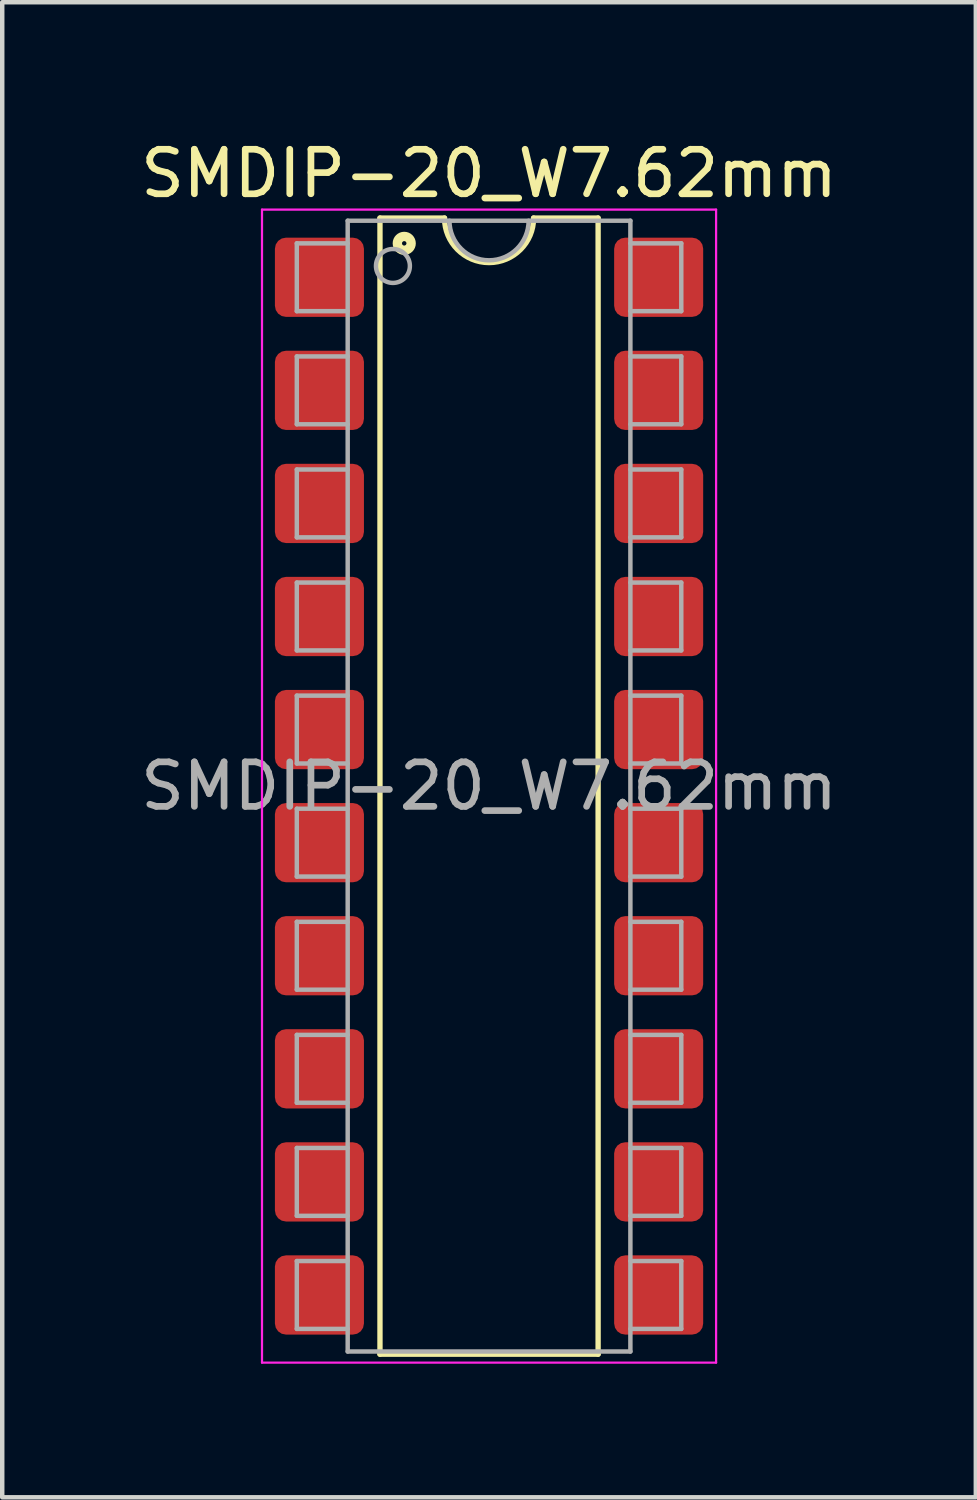
<source format=kicad_pcb>
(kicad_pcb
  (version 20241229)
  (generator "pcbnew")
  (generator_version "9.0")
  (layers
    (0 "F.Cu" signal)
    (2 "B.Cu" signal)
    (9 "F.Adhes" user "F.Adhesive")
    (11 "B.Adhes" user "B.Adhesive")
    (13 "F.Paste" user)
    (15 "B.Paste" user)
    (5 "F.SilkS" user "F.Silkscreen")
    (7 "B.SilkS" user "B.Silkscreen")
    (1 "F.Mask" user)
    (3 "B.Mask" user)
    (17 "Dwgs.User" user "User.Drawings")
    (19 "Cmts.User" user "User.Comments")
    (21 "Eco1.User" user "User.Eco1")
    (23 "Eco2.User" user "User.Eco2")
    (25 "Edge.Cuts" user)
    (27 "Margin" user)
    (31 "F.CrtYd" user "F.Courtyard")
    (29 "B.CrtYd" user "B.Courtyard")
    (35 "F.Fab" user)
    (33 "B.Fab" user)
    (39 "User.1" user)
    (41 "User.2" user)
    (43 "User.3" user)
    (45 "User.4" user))
  (footprint "SMDIP-20_W7.62mm"
    (layer "F.Cu")
    (at 7.935 14.608)
    (property "Reference" "SMDIP-20_W7.62mm" (at 0 -13.76 0) (layer "F.SilkS") (effects (font (size 1 1) (thickness 0.15))))
    (attr smd)
    (fp_line (start -2.45 -12.76) (end -2.45 12.76) (stroke (width 0.12) (type solid)) (layer "F.SilkS"))
    (fp_line (start -2.45 12.76) (end 2.45 12.76) (stroke (width 0.12) (type solid)) (layer "F.SilkS"))
    (fp_line (start -1 -12.76) (end -2.45 -12.76) (stroke (width 0.12) (type solid)) (layer "F.SilkS"))
    (fp_line (start 2.45 -12.76) (end 1 -12.76) (stroke (width 0.12) (type solid)) (layer "F.SilkS"))
    (fp_line (start 2.45 12.76) (end 2.45 -12.76) (stroke (width 0.12) (type solid)) (layer "F.SilkS"))
    (fp_arc (start 1 -12.76) (mid 0 -11.76) (end -1 -12.76) (stroke (width 0.12) (type solid)) (layer "F.SilkS"))
    (fp_circle (center -1.905 -12.192) (end -1.855 -12.192) (stroke (width 0.12) (type solid)) (fill no) (layer "F.SilkS"))
    (fp_circle (center -1.905 -12.192) (end -1.78 -12.192) (stroke (width 0.12) (type solid)) (fill no) (layer "F.SilkS"))
    (fp_circle (center -1.905 -12.192) (end -1.705 -12.192) (stroke (width 0.12) (type solid)) (fill no) (layer "F.SilkS"))
    (fp_line (start -5.1 -12.95) (end -5.1 12.95) (stroke (width 0.05) (type solid)) (layer "F.CrtYd"))
    (fp_line (start -5.1 12.95) (end 5.1 12.95) (stroke (width 0.05) (type solid)) (layer "F.CrtYd"))
    (fp_line (start 5.1 -12.95) (end -5.1 -12.95) (stroke (width 0.05) (type solid)) (layer "F.CrtYd"))
    (fp_line (start 5.1 12.95) (end 5.1 -12.95) (stroke (width 0.05) (type solid)) (layer "F.CrtYd"))
    (fp_line (start -4.318 -12.192) (end -4.318 -10.668) (stroke (width 0.1) (type solid)) (layer "F.Fab"))
    (fp_line (start -4.318 -12.192) (end -3.175 -12.192) (stroke (width 0.1) (type solid)) (layer "F.Fab"))
    (fp_line (start -4.318 -10.668) (end -3.175 -10.668) (stroke (width 0.1) (type solid)) (layer "F.Fab"))
    (fp_line (start -4.318 -9.652) (end -4.318 -8.128) (stroke (width 0.1) (type solid)) (layer "F.Fab"))
    (fp_line (start -4.318 -9.652) (end -3.175 -9.652) (stroke (width 0.1) (type solid)) (layer "F.Fab"))
    (fp_line (start -4.318 -8.128) (end -3.175 -8.128) (stroke (width 0.1) (type solid)) (layer "F.Fab"))
    (fp_line (start -4.318 -7.112) (end -4.318 -5.588) (stroke (width 0.1) (type solid)) (layer "F.Fab"))
    (fp_line (start -4.318 -7.112) (end -3.175 -7.112) (stroke (width 0.1) (type solid)) (layer "F.Fab"))
    (fp_line (start -4.318 -5.588) (end -3.175 -5.588) (stroke (width 0.1) (type solid)) (layer "F.Fab"))
    (fp_line (start -4.318 -4.572) (end -4.318 -3.048) (stroke (width 0.1) (type solid)) (layer "F.Fab"))
    (fp_line (start -4.318 -4.572) (end -3.175 -4.572) (stroke (width 0.1) (type solid)) (layer "F.Fab"))
    (fp_line (start -4.318 -3.048) (end -3.175 -3.048) (stroke (width 0.1) (type solid)) (layer "F.Fab"))
    (fp_line (start -4.318 -2.032) (end -4.318 -0.508) (stroke (width 0.1) (type solid)) (layer "F.Fab"))
    (fp_line (start -4.318 -2.032) (end -3.175 -2.032) (stroke (width 0.1) (type solid)) (layer "F.Fab"))
    (fp_line (start -4.318 -0.508) (end -3.175 -0.508) (stroke (width 0.1) (type solid)) (layer "F.Fab"))
    (fp_line (start -4.318 0.508) (end -4.318 2.032) (stroke (width 0.1) (type solid)) (layer "F.Fab"))
    (fp_line (start -4.318 0.508) (end -3.175 0.508) (stroke (width 0.1) (type solid)) (layer "F.Fab"))
    (fp_line (start -4.318 2.032) (end -3.175 2.032) (stroke (width 0.1) (type solid)) (layer "F.Fab"))
    (fp_line (start -4.318 3.048) (end -4.318 4.572) (stroke (width 0.1) (type solid)) (layer "F.Fab"))
    (fp_line (start -4.318 3.048) (end -3.175 3.048) (stroke (width 0.1) (type solid)) (layer "F.Fab"))
    (fp_line (start -4.318 4.572) (end -3.175 4.572) (stroke (width 0.1) (type solid)) (layer "F.Fab"))
    (fp_line (start -4.318 5.588) (end -4.318 7.112) (stroke (width 0.1) (type solid)) (layer "F.Fab"))
    (fp_line (start -4.318 5.588) (end -3.175 5.588) (stroke (width 0.1) (type solid)) (layer "F.Fab"))
    (fp_line (start -4.318 7.112) (end -3.175 7.112) (stroke (width 0.1) (type solid)) (layer "F.Fab"))
    (fp_line (start -4.318 8.128) (end -4.318 9.652) (stroke (width 0.1) (type solid)) (layer "F.Fab"))
    (fp_line (start -4.318 8.128) (end -3.175 8.128) (stroke (width 0.1) (type solid)) (layer "F.Fab"))
    (fp_line (start -4.318 9.652) (end -3.175 9.652) (stroke (width 0.1) (type solid)) (layer "F.Fab"))
    (fp_line (start -4.318 10.668) (end -4.318 12.192) (stroke (width 0.1) (type solid)) (layer "F.Fab"))
    (fp_line (start -4.318 10.668) (end -3.175 10.668) (stroke (width 0.1) (type solid)) (layer "F.Fab"))
    (fp_line (start -4.318 12.192) (end -3.175 12.192) (stroke (width 0.1) (type solid)) (layer "F.Fab"))
    (fp_line (start -3.175 -12.7) (end 3.175 -12.7) (stroke (width 0.1) (type solid)) (layer "F.Fab"))
    (fp_line (start -3.175 12.7) (end -3.175 -12.7) (stroke (width 0.1) (type solid)) (layer "F.Fab"))
    (fp_line (start 3.175 -12.7) (end 3.175 12.7) (stroke (width 0.1) (type solid)) (layer "F.Fab"))
    (fp_line (start 3.175 12.7) (end -3.175 12.7) (stroke (width 0.1) (type solid)) (layer "F.Fab"))
    (fp_line (start 4.318 -12.192) (end 3.175 -12.192) (stroke (width 0.1) (type solid)) (layer "F.Fab"))
    (fp_line (start 4.318 -10.668) (end 3.175 -10.668) (stroke (width 0.1) (type solid)) (layer "F.Fab"))
    (fp_line (start 4.318 -10.668) (end 4.318 -12.192) (stroke (width 0.1) (type solid)) (layer "F.Fab"))
    (fp_line (start 4.318 -9.652) (end 3.175 -9.652) (stroke (width 0.1) (type solid)) (layer "F.Fab"))
    (fp_line (start 4.318 -8.128) (end 3.175 -8.128) (stroke (width 0.1) (type solid)) (layer "F.Fab"))
    (fp_line (start 4.318 -8.128) (end 4.318 -9.652) (stroke (width 0.1) (type solid)) (layer "F.Fab"))
    (fp_line (start 4.318 -7.112) (end 3.175 -7.112) (stroke (width 0.1) (type solid)) (layer "F.Fab"))
    (fp_line (start 4.318 -5.588) (end 3.175 -5.588) (stroke (width 0.1) (type solid)) (layer "F.Fab"))
    (fp_line (start 4.318 -5.588) (end 4.318 -7.112) (stroke (width 0.1) (type solid)) (layer "F.Fab"))
    (fp_line (start 4.318 -4.572) (end 3.175 -4.572) (stroke (width 0.1) (type solid)) (layer "F.Fab"))
    (fp_line (start 4.318 -3.048) (end 3.175 -3.048) (stroke (width 0.1) (type solid)) (layer "F.Fab"))
    (fp_line (start 4.318 -3.048) (end 4.318 -4.572) (stroke (width 0.1) (type solid)) (layer "F.Fab"))
    (fp_line (start 4.318 -2.032) (end 3.175 -2.032) (stroke (width 0.1) (type solid)) (layer "F.Fab"))
    (fp_line (start 4.318 -0.508) (end 3.175 -0.508) (stroke (width 0.1) (type solid)) (layer "F.Fab"))
    (fp_line (start 4.318 -0.508) (end 4.318 -2.032) (stroke (width 0.1) (type solid)) (layer "F.Fab"))
    (fp_line (start 4.318 0.508) (end 3.175 0.508) (stroke (width 0.1) (type solid)) (layer "F.Fab"))
    (fp_line (start 4.318 2.032) (end 3.175 2.032) (stroke (width 0.1) (type solid)) (layer "F.Fab"))
    (fp_line (start 4.318 2.032) (end 4.318 0.508) (stroke (width 0.1) (type solid)) (layer "F.Fab"))
    (fp_line (start 4.318 3.048) (end 3.175 3.048) (stroke (width 0.1) (type solid)) (layer "F.Fab"))
    (fp_line (start 4.318 4.572) (end 3.175 4.572) (stroke (width 0.1) (type solid)) (layer "F.Fab"))
    (fp_line (start 4.318 4.572) (end 4.318 3.048) (stroke (width 0.1) (type solid)) (layer "F.Fab"))
    (fp_line (start 4.318 5.588) (end 3.175 5.588) (stroke (width 0.1) (type solid)) (layer "F.Fab"))
    (fp_line (start 4.318 7.112) (end 3.175 7.112) (stroke (width 0.1) (type solid)) (layer "F.Fab"))
    (fp_line (start 4.318 7.112) (end 4.318 5.588) (stroke (width 0.1) (type solid)) (layer "F.Fab"))
    (fp_line (start 4.318 8.128) (end 3.175 8.128) (stroke (width 0.1) (type solid)) (layer "F.Fab"))
    (fp_line (start 4.318 9.652) (end 3.175 9.652) (stroke (width 0.1) (type solid)) (layer "F.Fab"))
    (fp_line (start 4.318 9.652) (end 4.318 8.128) (stroke (width 0.1) (type solid)) (layer "F.Fab"))
    (fp_line (start 4.318 10.668) (end 3.175 10.668) (stroke (width 0.1) (type solid)) (layer "F.Fab"))
    (fp_line (start 4.318 12.192) (end 3.175 12.192) (stroke (width 0.1) (type solid)) (layer "F.Fab"))
    (fp_line (start 4.318 12.192) (end 4.318 10.668) (stroke (width 0.1) (type solid)) (layer "F.Fab"))
    (fp_arc (start 0.889 -12.7) (mid 0 -11.811) (end -0.889 -12.7) (stroke (width 0.1) (type solid)) (layer "F.Fab"))
    (fp_circle (center -2.159 -11.684) (end -1.778 -11.684) (stroke (width 0.1) (type solid)) (fill no) (layer "F.Fab"))
    (fp_text user "${REFERENCE}" (at 0 0 0) (layer "F.Fab") (effects (font (size 1 1) (thickness 0.15))))
    (pad "1" smd roundrect (at -3.81 -11.43) (size 2 1.78) (layers "F.Cu" "F.Mask" "F.Paste") (roundrect_rratio 0.14))
    (pad "2" smd roundrect (at -3.81 -8.89) (size 2 1.78) (layers "F.Cu" "F.Mask" "F.Paste") (roundrect_rratio 0.14))
    (pad "3" smd roundrect (at -3.81 -6.35) (size 2 1.78) (layers "F.Cu" "F.Mask" "F.Paste") (roundrect_rratio 0.14))
    (pad "4" smd roundrect (at -3.81 -3.81) (size 2 1.78) (layers "F.Cu" "F.Mask" "F.Paste") (roundrect_rratio 0.14))
    (pad "5" smd roundrect (at -3.81 -1.27) (size 2 1.78) (layers "F.Cu" "F.Mask" "F.Paste") (roundrect_rratio 0.14))
    (pad "6" smd roundrect (at -3.81 1.27) (size 2 1.78) (layers "F.Cu" "F.Mask" "F.Paste") (roundrect_rratio 0.14))
    (pad "7" smd roundrect (at -3.81 3.81) (size 2 1.78) (layers "F.Cu" "F.Mask" "F.Paste") (roundrect_rratio 0.14))
    (pad "8" smd roundrect (at -3.81 6.35) (size 2 1.78) (layers "F.Cu" "F.Mask" "F.Paste") (roundrect_rratio 0.14))
    (pad "9" smd roundrect (at -3.81 8.89) (size 2 1.78) (layers "F.Cu" "F.Mask" "F.Paste") (roundrect_rratio 0.14))
    (pad "10" smd roundrect (at -3.81 11.43) (size 2 1.78) (layers "F.Cu" "F.Mask" "F.Paste") (roundrect_rratio 0.14))
    (pad "11" smd roundrect (at 3.81 11.43) (size 2 1.78) (layers "F.Cu" "F.Mask" "F.Paste") (roundrect_rratio 0.14))
    (pad "12" smd roundrect (at 3.81 8.89) (size 2 1.78) (layers "F.Cu" "F.Mask" "F.Paste") (roundrect_rratio 0.14))
    (pad "13" smd roundrect (at 3.81 6.35) (size 2 1.78) (layers "F.Cu" "F.Mask" "F.Paste") (roundrect_rratio 0.14))
    (pad "14" smd roundrect (at 3.81 3.81) (size 2 1.78) (layers "F.Cu" "F.Mask" "F.Paste") (roundrect_rratio 0.14))
    (pad "15" smd roundrect (at 3.81 1.27) (size 2 1.78) (layers "F.Cu" "F.Mask" "F.Paste") (roundrect_rratio 0.14))
    (pad "16" smd roundrect (at 3.81 -1.27) (size 2 1.78) (layers "F.Cu" "F.Mask" "F.Paste") (roundrect_rratio 0.14))
    (pad "17" smd roundrect (at 3.81 -3.81) (size 2 1.78) (layers "F.Cu" "F.Mask" "F.Paste") (roundrect_rratio 0.14))
    (pad "18" smd roundrect (at 3.81 -6.35) (size 2 1.78) (layers "F.Cu" "F.Mask" "F.Paste") (roundrect_rratio 0.14))
    (pad "19" smd roundrect (at 3.81 -8.89) (size 2 1.78) (layers "F.Cu" "F.Mask" "F.Paste") (roundrect_rratio 0.14))
    (pad "20" smd roundrect (at 3.81 -11.43) (size 2 1.78) (layers "F.Cu" "F.Mask" "F.Paste") (roundrect_rratio 0.14)))
  (gr_rect
    (start -3 -3)
    (end 18.869 30.583)
    (stroke (width 0.1) (type default))
    (fill no)
    (layer "Edge.Cuts")))
</source>
